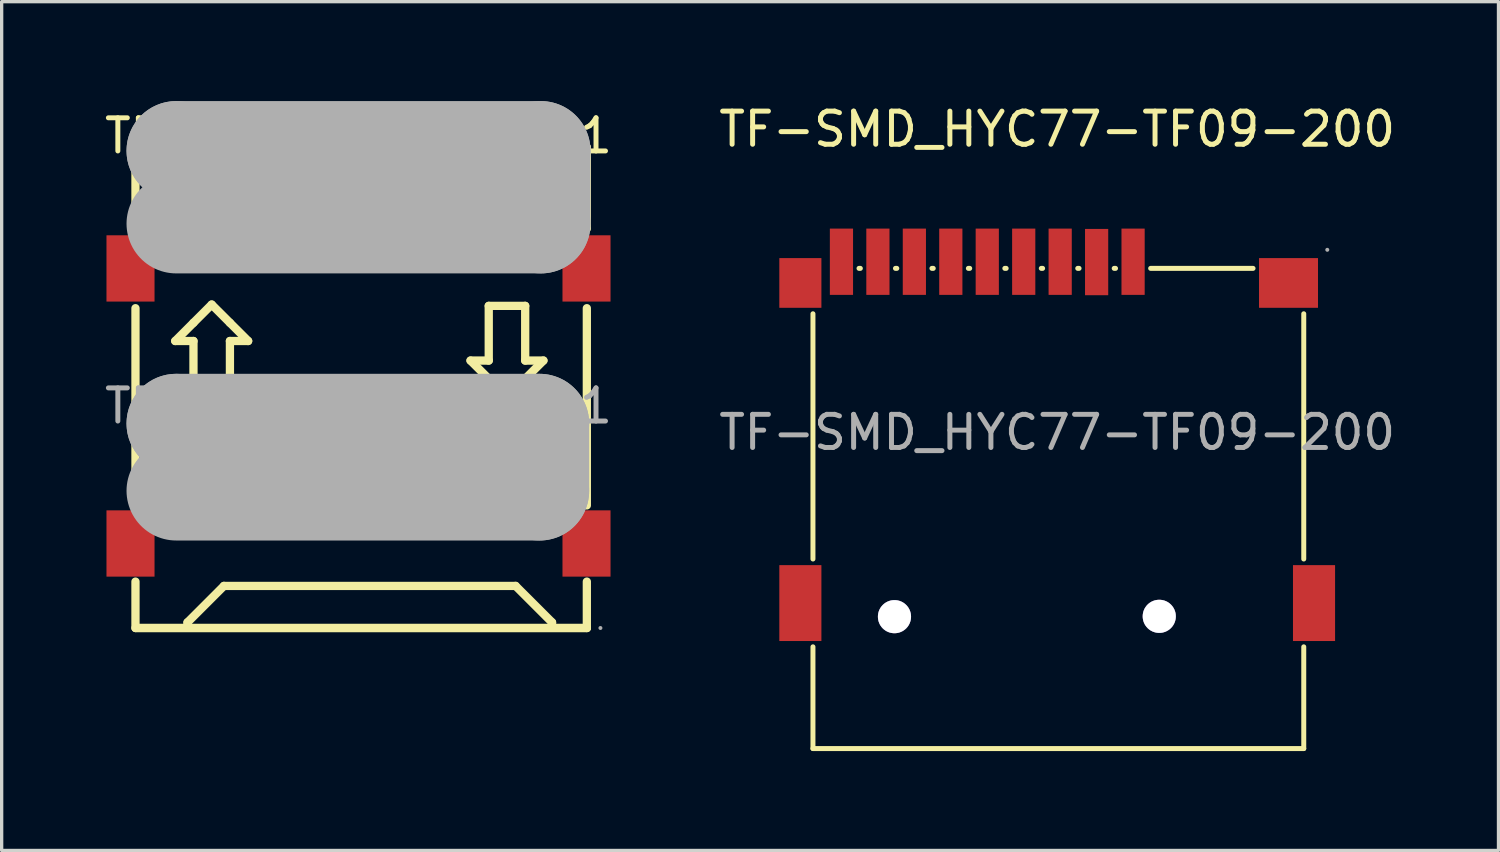
<source format=kicad_pcb>
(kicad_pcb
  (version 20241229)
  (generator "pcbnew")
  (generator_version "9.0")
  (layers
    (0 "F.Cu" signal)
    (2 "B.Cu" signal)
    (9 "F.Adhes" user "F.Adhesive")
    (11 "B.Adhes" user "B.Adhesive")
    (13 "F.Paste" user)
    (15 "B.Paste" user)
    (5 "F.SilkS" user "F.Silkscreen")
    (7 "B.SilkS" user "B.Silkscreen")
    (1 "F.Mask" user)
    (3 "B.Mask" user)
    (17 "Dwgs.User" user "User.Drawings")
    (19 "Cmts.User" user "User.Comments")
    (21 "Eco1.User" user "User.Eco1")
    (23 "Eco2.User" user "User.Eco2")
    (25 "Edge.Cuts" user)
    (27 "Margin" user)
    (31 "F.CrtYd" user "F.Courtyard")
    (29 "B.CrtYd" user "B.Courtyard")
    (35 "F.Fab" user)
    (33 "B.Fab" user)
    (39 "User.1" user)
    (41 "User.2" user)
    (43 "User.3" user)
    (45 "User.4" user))
  (footprint "TF-SMD_HYC77-TF09-200"
    (layer "F.Cu")
    (at 28.851 9.998)
    (property "Reference" "TF-SMD_HYC77-TF09-200" (at 0 -9.15 0) (layer "F.SilkS") (effects (font (size 1 1) (thickness 0.15))))
    (attr smd)
    (fp_line (start -7.37 3.82) (end -7.37 -3.58) (stroke (width 0.15) (type solid)) (layer "F.SilkS"))
    (fp_line (start -7.37 9.54) (end -7.37 6.47) (stroke (width 0.15) (type solid)) (layer "F.SilkS"))
    (fp_line (start -5.94 -4.95) (end -5.98 -4.95) (stroke (width 0.15) (type solid)) (layer "F.SilkS"))
    (fp_line (start -4.84 -4.95) (end -4.88 -4.95) (stroke (width 0.15) (type solid)) (layer "F.SilkS"))
    (fp_line (start -3.74 -4.95) (end -3.78 -4.95) (stroke (width 0.15) (type solid)) (layer "F.SilkS"))
    (fp_line (start -2.64 -4.95) (end -2.68 -4.95) (stroke (width 0.15) (type solid)) (layer "F.SilkS"))
    (fp_line (start -1.54 -4.95) (end -1.58 -4.95) (stroke (width 0.15) (type solid)) (layer "F.SilkS"))
    (fp_line (start -0.44 -4.95) (end -0.48 -4.95) (stroke (width 0.15) (type solid)) (layer "F.SilkS"))
    (fp_line (start 0.66 -4.95) (end 0.62 -4.95) (stroke (width 0.15) (type solid)) (layer "F.SilkS"))
    (fp_line (start 1.76 -4.95) (end 1.72 -4.95) (stroke (width 0.15) (type solid)) (layer "F.SilkS"))
    (fp_line (start 5.91 -4.95) (end 2.82 -4.95) (stroke (width 0.15) (type solid)) (layer "F.SilkS"))
    (fp_line (start 7.44 3.82) (end 7.44 -3.58) (stroke (width 0.15) (type solid)) (layer "F.SilkS"))
    (fp_line (start 7.44 9.54) (end -7.37 9.54) (stroke (width 0.15) (type solid)) (layer "F.SilkS"))
    (fp_line (start 7.44 9.54) (end 7.44 6.47) (stroke (width 0.15) (type solid)) (layer "F.SilkS"))
    (fp_circle (center -4.91 5.56) (end -4.71 5.56) (stroke (width 0.4) (type solid)) (fill no) (layer "Cmts.User"))
    (fp_circle (center 3.08 5.55) (end 3.28 5.55) (stroke (width 0.4) (type solid)) (fill no) (layer "Cmts.User"))
    (fp_circle (center 8.15 -5.51) (end 8.18 -5.51) (stroke (width 0.06) (type solid)) (fill no) (layer "F.Fab"))
    (fp_text user "${REFERENCE}" (at 0 0 0) (layer "F.Fab") (effects (font (size 1 1) (thickness 0.15))))
    (pad "" thru_hole circle (at -4.91 5.56) (size 1 1) (drill 1) (layers "*.Cu" "*.Mask"))
    (pad "" thru_hole circle (at 3.08 5.55) (size 1 1) (drill 1) (layers "*.Cu" "*.Mask"))
    (pad "1" smd rect (at 2.29 -5.15) (size 0.7 2) (layers "F.Cu" "F.Mask" "F.Paste"))
    (pad "2" smd rect (at 1.19 -5.14) (size 0.7 2) (layers "F.Cu" "F.Mask" "F.Paste"))
    (pad "3" smd rect (at 0.09 -5.15) (size 0.7 2) (layers "F.Cu" "F.Mask" "F.Paste"))
    (pad "4" smd rect (at -1.01 -5.15) (size 0.7 2) (layers "F.Cu" "F.Mask" "F.Paste"))
    (pad "5" smd rect (at -2.11 -5.15) (size 0.7 2) (layers "F.Cu" "F.Mask" "F.Paste"))
    (pad "6" smd rect (at -3.21 -5.15) (size 0.7 2) (layers "F.Cu" "F.Mask" "F.Paste"))
    (pad "7" smd rect (at -4.31 -5.15) (size 0.7 2) (layers "F.Cu" "F.Mask" "F.Paste"))
    (pad "8" smd rect (at -5.41 -5.15) (size 0.7 2) (layers "F.Cu" "F.Mask" "F.Paste"))
    (pad "9" smd rect (at -6.51 -5.15) (size 0.7 2) (layers "F.Cu" "F.Mask" "F.Paste"))
    (pad "10" smd rect (at -7.75 -4.51) (size 1.27 1.5) (layers "F.Cu" "F.Mask" "F.Paste"))
    (pad "11" smd rect (at -7.75 5.15) (size 1.27 2.29) (layers "F.Cu" "F.Mask" "F.Paste"))
    (pad "12" smd rect (at 7.75 5.15) (size 1.27 2.29) (layers "F.Cu" "F.Mask" "F.Paste"))
    (pad "13" smd rect (at 6.98 -4.51) (size 1.78 1.5) (layers "F.Cu" "F.Mask" "F.Paste")))
  (footprint "TF-SMD_472192001"
    (layer "F.Cu")
    (at 7.768 9.2)
    (property "Reference" "TF-SMD_472192001" (at 0 -8.15 0) (layer "F.SilkS") (effects (font (size 1 1) (thickness 0.15))))
    (attr smd)
    (fp_line (start -6.73 -7.79) (end -6.73 -5.35) (stroke (width 0.25) (type solid)) (layer "F.SilkS"))
    (fp_line (start -6.73 -2.95) (end -6.73 3) (stroke (width 0.25) (type solid)) (layer "F.SilkS"))
    (fp_line (start -6.73 5.3) (end -6.73 6.7) (stroke (width 0.25) (type solid)) (layer "F.SilkS"))
    (fp_line (start -6.73 6.7) (end 6.89 6.7) (stroke (width 0.25) (type solid)) (layer "F.SilkS"))
    (fp_line (start -5.53 -1.96) (end -4.98 -2.51) (stroke (width 0.25) (type solid)) (layer "F.SilkS"))
    (fp_line (start -5.16 6.53) (end -4.06 5.43) (stroke (width 0.25) (type solid)) (layer "F.SilkS"))
    (fp_line (start -5.16 6.66) (end -5.16 6.53) (stroke (width 0.25) (type solid)) (layer "F.SilkS"))
    (fp_line (start -4.98 -2.51) (end -4.43 -3.06) (stroke (width 0.25) (type solid)) (layer "F.SilkS"))
    (fp_line (start -4.98 -1.96) (end -5.53 -1.96) (stroke (width 0.25) (type solid)) (layer "F.SilkS"))
    (fp_line (start -4.98 -0.31) (end -4.98 -1.96) (stroke (width 0.25) (type solid)) (layer "F.SilkS"))
    (fp_line (start -4.43 -3.06) (end -3.88 -2.51) (stroke (width 0.25) (type solid)) (layer "F.SilkS"))
    (fp_line (start -4.06 5.43) (end 4.74 5.43) (stroke (width 0.25) (type solid)) (layer "F.SilkS"))
    (fp_line (start -3.88 -2.51) (end -3.33 -1.96) (stroke (width 0.25) (type solid)) (layer "F.SilkS"))
    (fp_line (start -3.88 -1.96) (end -3.88 -0.31) (stroke (width 0.25) (type solid)) (layer "F.SilkS"))
    (fp_line (start -3.88 -0.31) (end -4.98 -0.31) (stroke (width 0.25) (type solid)) (layer "F.SilkS"))
    (fp_line (start -3.33 -1.96) (end -3.88 -1.96) (stroke (width 0.25) (type solid)) (layer "F.SilkS"))
    (fp_line (start 3.38 -1.37) (end 3.93 -1.37) (stroke (width 0.25) (type solid)) (layer "F.SilkS"))
    (fp_line (start 3.93 -3.02) (end 5.03 -3.02) (stroke (width 0.25) (type solid)) (layer "F.SilkS"))
    (fp_line (start 3.93 -1.37) (end 3.93 -3.02) (stroke (width 0.25) (type solid)) (layer "F.SilkS"))
    (fp_line (start 3.93 -0.82) (end 3.38 -1.37) (stroke (width 0.25) (type solid)) (layer "F.SilkS"))
    (fp_line (start 4.48 -0.27) (end 3.93 -0.82) (stroke (width 0.25) (type solid)) (layer "F.SilkS"))
    (fp_line (start 4.74 5.43) (end 5.84 6.53) (stroke (width 0.25) (type solid)) (layer "F.SilkS"))
    (fp_line (start 5.03 -3.02) (end 5.03 -1.37) (stroke (width 0.25) (type solid)) (layer "F.SilkS"))
    (fp_line (start 5.03 -1.37) (end 5.58 -1.37) (stroke (width 0.25) (type solid)) (layer "F.SilkS"))
    (fp_line (start 5.03 -0.82) (end 4.48 -0.27) (stroke (width 0.25) (type solid)) (layer "F.SilkS"))
    (fp_line (start 5.58 -1.37) (end 5.03 -0.82) (stroke (width 0.25) (type solid)) (layer "F.SilkS"))
    (fp_line (start 5.84 6.53) (end 5.84 6.66) (stroke (width 0.25) (type solid)) (layer "F.SilkS"))
    (fp_line (start 6.89 -7.8) (end -6.73 -7.8) (stroke (width 0.25) (type solid)) (layer "F.SilkS"))
    (fp_line (start 6.89 -5.35) (end 6.89 -7.8) (stroke (width 0.25) (type solid)) (layer "F.SilkS"))
    (fp_line (start 6.89 3) (end 6.89 -2.95) (stroke (width 0.25) (type solid)) (layer "F.SilkS"))
    (fp_line (start 6.89 6.7) (end -6.71 6.7) (stroke (width 0.25) (type solid)) (layer "F.SilkS"))
    (fp_line (start 6.89 6.7) (end 6.89 5.3) (stroke (width 0.25) (type solid)) (layer "F.SilkS"))
    (fp_line (start -5.5 -7.7) (end -5.5 -7.7) (stroke (width 3) (type solid)) (layer "F.Fab"))
    (fp_line (start -5.5 -7.7) (end 5.5 -7.7) (stroke (width 3) (type solid)) (layer "F.Fab"))
    (fp_line (start -5.5 0.53) (end -5.5 0.53) (stroke (width 3) (type solid)) (layer "F.Fab"))
    (fp_line (start -5.5 0.53) (end 5.46 0.53) (stroke (width 3) (type solid)) (layer "F.Fab"))
    (fp_line (start 5.46 0.53) (end 5.46 2.56) (stroke (width 3) (type solid)) (layer "F.Fab"))
    (fp_line (start 5.46 2.56) (end -5.5 2.56) (stroke (width 3) (type solid)) (layer "F.Fab"))
    (fp_line (start 5.5 -7.7) (end 5.5 -5.5) (stroke (width 3) (type solid)) (layer "F.Fab"))
    (fp_line (start 5.5 -5.5) (end -5.5 -5.5) (stroke (width 3) (type solid)) (layer "F.Fab"))
    (fp_circle (center 7.3 6.7) (end 7.33 6.7) (stroke (width 0.06) (type solid)) (fill no) (layer "F.Fab"))
    (fp_text user "${REFERENCE}" (at 0 0 0) (layer "F.Fab") (effects (font (size 1 1) (thickness 0.15))))
    (pad "1" smd rect (at 3.2 1.55) (size 0.8 1.5) (layers "F.Cu" "F.Mask" "F.Paste"))
    (pad "2" smd rect (at 2.1 1.55) (size 0.8 1.5) (layers "F.Cu" "F.Mask" "F.Paste"))
    (pad "3" smd rect (at 1 1.55) (size 0.8 1.5) (layers "F.Cu" "F.Mask" "F.Paste"))
    (pad "4" smd rect (at -0.1 1.55) (size 0.8 1.5) (layers "F.Cu" "F.Mask" "F.Paste"))
    (pad "5" smd rect (at -1.2 1.55) (size 0.8 1.5) (layers "F.Cu" "F.Mask" "F.Paste"))
    (pad "6" smd rect (at -2.3 1.55) (size 0.8 1.5) (layers "F.Cu" "F.Mask" "F.Paste"))
    (pad "7" smd rect (at -3.4 1.55) (size 0.8 1.5) (layers "F.Cu" "F.Mask" "F.Paste"))
    (pad "8" smd rect (at -4.5 1.55) (size 0.8 1.5) (layers "F.Cu" "F.Mask" "F.Paste"))
    (pad "9" smd rect (at 6.88 -4.15) (size 1.45 2) (layers "F.Cu" "F.Mask" "F.Paste"))
    (pad "10" smd rect (at -6.88 -4.15) (size 1.45 2) (layers "F.Cu" "F.Mask" "F.Paste"))
    (pad "11" smd rect (at -6.88 4.15) (size 1.45 2) (layers "F.Cu" "F.Mask" "F.Paste"))
    (pad "12" smd rect (at 6.88 4.15) (size 1.45 2) (layers "F.Cu" "F.Mask" "F.Paste")))
  (gr_rect
    (start -3 -3)
    (end 42.167 22.613)
    (stroke (width 0.1) (type default))
    (fill no)
    (layer "Edge.Cuts")))
</source>
